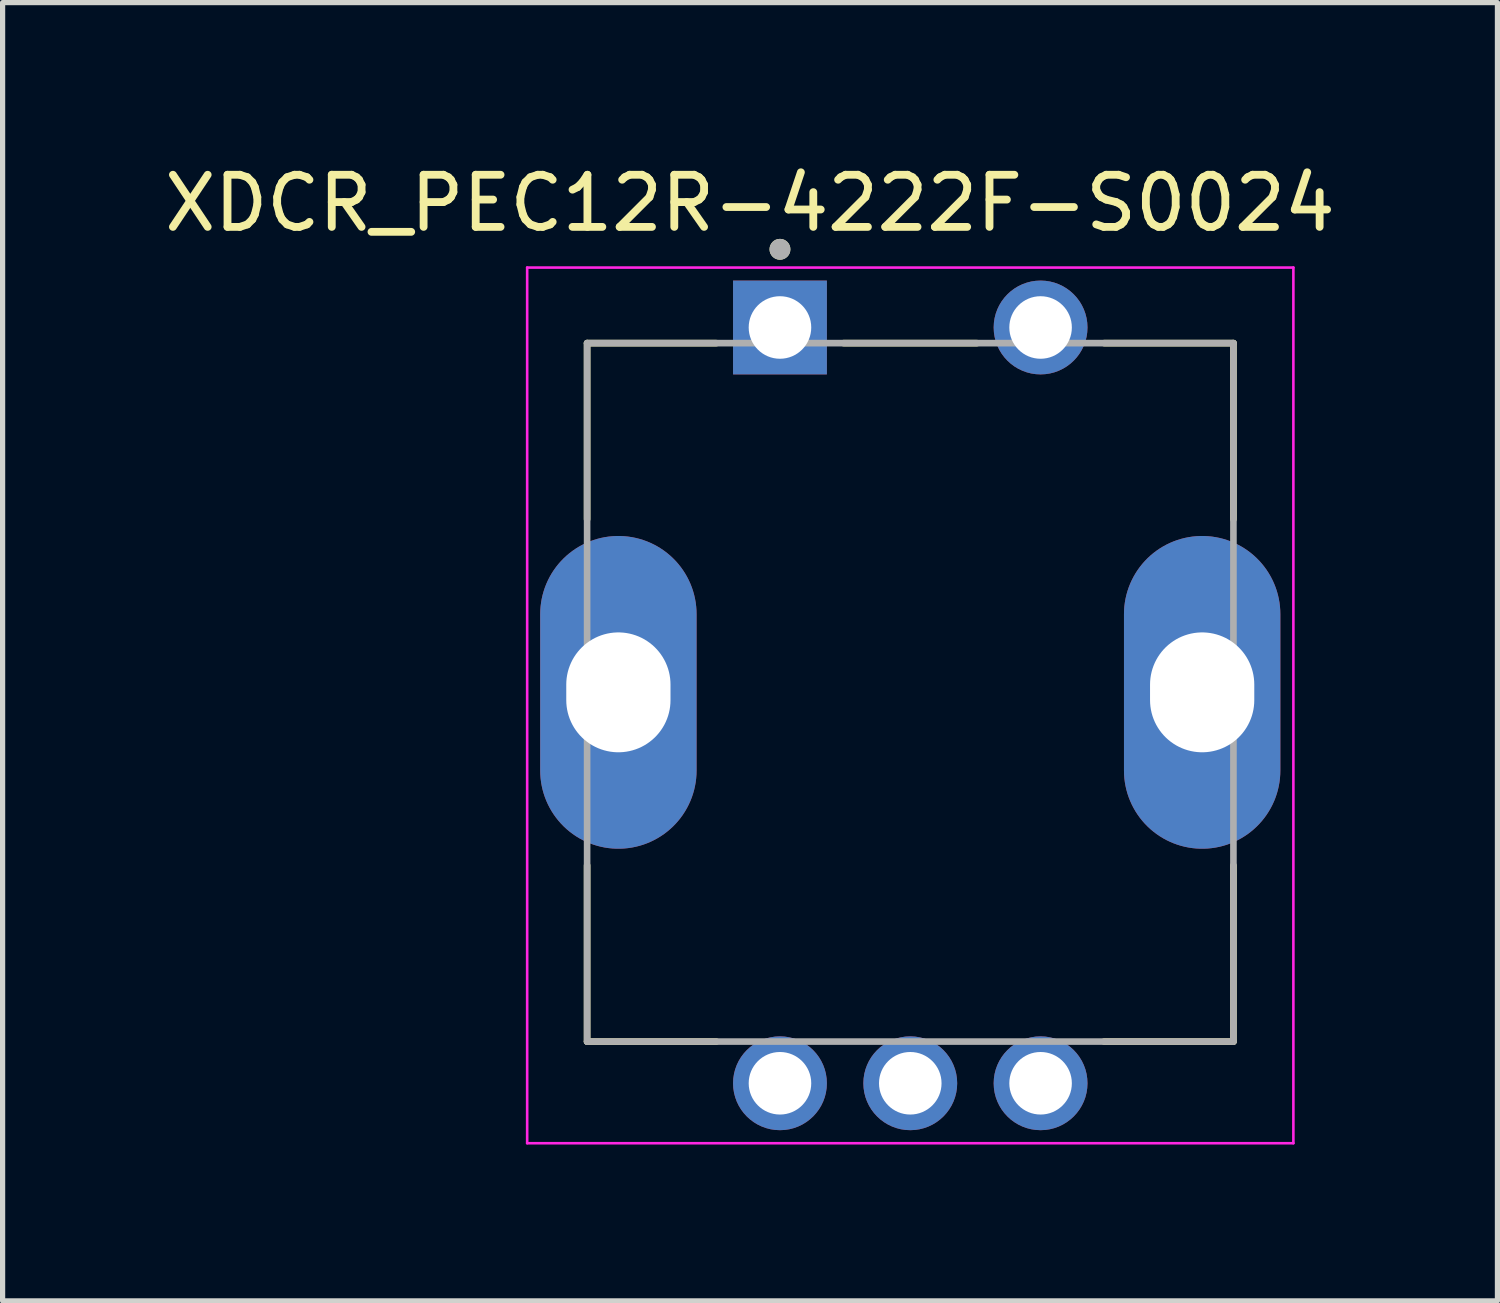
<source format=kicad_pcb>
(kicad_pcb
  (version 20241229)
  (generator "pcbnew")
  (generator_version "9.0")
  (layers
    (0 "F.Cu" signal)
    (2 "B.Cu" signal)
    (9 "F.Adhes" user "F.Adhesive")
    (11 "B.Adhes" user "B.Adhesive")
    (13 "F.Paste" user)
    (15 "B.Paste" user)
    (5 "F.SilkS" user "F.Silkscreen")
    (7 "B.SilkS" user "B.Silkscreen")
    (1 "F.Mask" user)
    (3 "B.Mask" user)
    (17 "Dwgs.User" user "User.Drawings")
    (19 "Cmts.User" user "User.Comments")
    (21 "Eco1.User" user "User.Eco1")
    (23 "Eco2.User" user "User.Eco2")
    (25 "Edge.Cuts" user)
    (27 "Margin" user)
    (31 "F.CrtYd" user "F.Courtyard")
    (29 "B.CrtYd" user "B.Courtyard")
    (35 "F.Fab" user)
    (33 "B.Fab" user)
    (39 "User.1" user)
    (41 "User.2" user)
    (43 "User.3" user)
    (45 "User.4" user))
  (footprint "XDCR_PEC12R-4222F-S0024"
    (layer "F.Cu")
    (at 14.414 10.233)
    (property "Reference" "XDCR_PEC12R-4222F-S0024" (at -3.075 -9.385 0) (layer "F.SilkS") (effects (font (size 1 1) (thickness 0.15))))
    (attr through_hole)
    (fp_line (start -6.2 -6.7) (end -3.72 -6.7) (stroke (width 0.127) (type solid)) (layer "F.SilkS"))
    (fp_line (start -6.2 -3.32) (end -6.2 -6.7) (stroke (width 0.127) (type solid)) (layer "F.SilkS"))
    (fp_line (start -6.2 6.7) (end -6.2 3.32) (stroke (width 0.127) (type solid)) (layer "F.SilkS"))
    (fp_line (start -3.72 6.7) (end -6.2 6.7) (stroke (width 0.127) (type solid)) (layer "F.SilkS"))
    (fp_line (start -1.28 -6.7) (end 1.28 -6.7) (stroke (width 0.127) (type solid)) (layer "F.SilkS"))
    (fp_line (start 3.72 -6.7) (end 6.2 -6.7) (stroke (width 0.127) (type solid)) (layer "F.SilkS"))
    (fp_line (start 6.2 -6.7) (end 6.2 -3.32) (stroke (width 0.127) (type solid)) (layer "F.SilkS"))
    (fp_line (start 6.2 6.7) (end 3.72 6.7) (stroke (width 0.127) (type solid)) (layer "F.SilkS"))
    (fp_line (start 6.2 6.7) (end 6.2 3.32) (stroke (width 0.127) (type solid)) (layer "F.SilkS"))
    (fp_circle (center -2.5 -8.5) (end -2.4 -8.5) (stroke (width 0.2) (type solid)) (fill no) (layer "F.SilkS"))
    (fp_line (start -7.35 -8.15) (end -7.35 8.65) (stroke (width 0.05) (type solid)) (layer "F.CrtYd"))
    (fp_line (start -7.35 8.65) (end 7.35 8.65) (stroke (width 0.05) (type solid)) (layer "F.CrtYd"))
    (fp_line (start 7.35 -8.15) (end -7.35 -8.15) (stroke (width 0.05) (type solid)) (layer "F.CrtYd"))
    (fp_line (start 7.35 8.65) (end 7.35 -8.15) (stroke (width 0.05) (type solid)) (layer "F.CrtYd"))
    (fp_line (start -6.2 -6.7) (end 6.2 -6.7) (stroke (width 0.127) (type solid)) (layer "F.Fab"))
    (fp_line (start -6.2 6.7) (end -6.2 -6.7) (stroke (width 0.127) (type solid)) (layer "F.Fab"))
    (fp_line (start 6.2 -6.7) (end 6.2 6.7) (stroke (width 0.127) (type solid)) (layer "F.Fab"))
    (fp_line (start 6.2 6.7) (end -6.2 6.7) (stroke (width 0.127) (type solid)) (layer "F.Fab"))
    (fp_circle (center -2.5 -8.5) (end -2.4 -8.5) (stroke (width 0.2) (type solid)) (fill no) (layer "F.Fab"))
    (pad "1" thru_hole rect (at -2.5 -7) (size 1.8 1.8) (drill 1.2) (layers "*.Cu" "*.Mask"))
    (pad "2" thru_hole circle (at 2.5 -7) (size 1.8 1.8) (drill 1.2) (layers "*.Cu" "*.Mask"))
    (pad "A" thru_hole circle (at -2.5 7.5) (size 1.8 1.8) (drill 1.2) (layers "*.Cu" "*.Mask"))
    (pad "B" thru_hole circle (at 2.5 7.5) (size 1.8 1.8) (drill 1.2) (layers "*.Cu" "*.Mask"))
    (pad "C" thru_hole circle (at 0 7.5) (size 1.8 1.8) (drill 1.2) (layers "*.Cu" "*.Mask"))
    (pad "SH1" thru_hole oval (at -5.6 0) (size 3 6) (drill oval 2 2.3) (layers "*.Cu" "*.Mask"))
    (pad "SH2" thru_hole oval (at 5.6 0) (size 3 6) (drill oval 2 2.3) (layers "*.Cu" "*.Mask")))
  (gr_rect
    (start -3 -3)
    (end 25.679 21.908)
    (stroke (width 0.1) (type default))
    (fill no)
    (layer "Edge.Cuts")))
</source>
